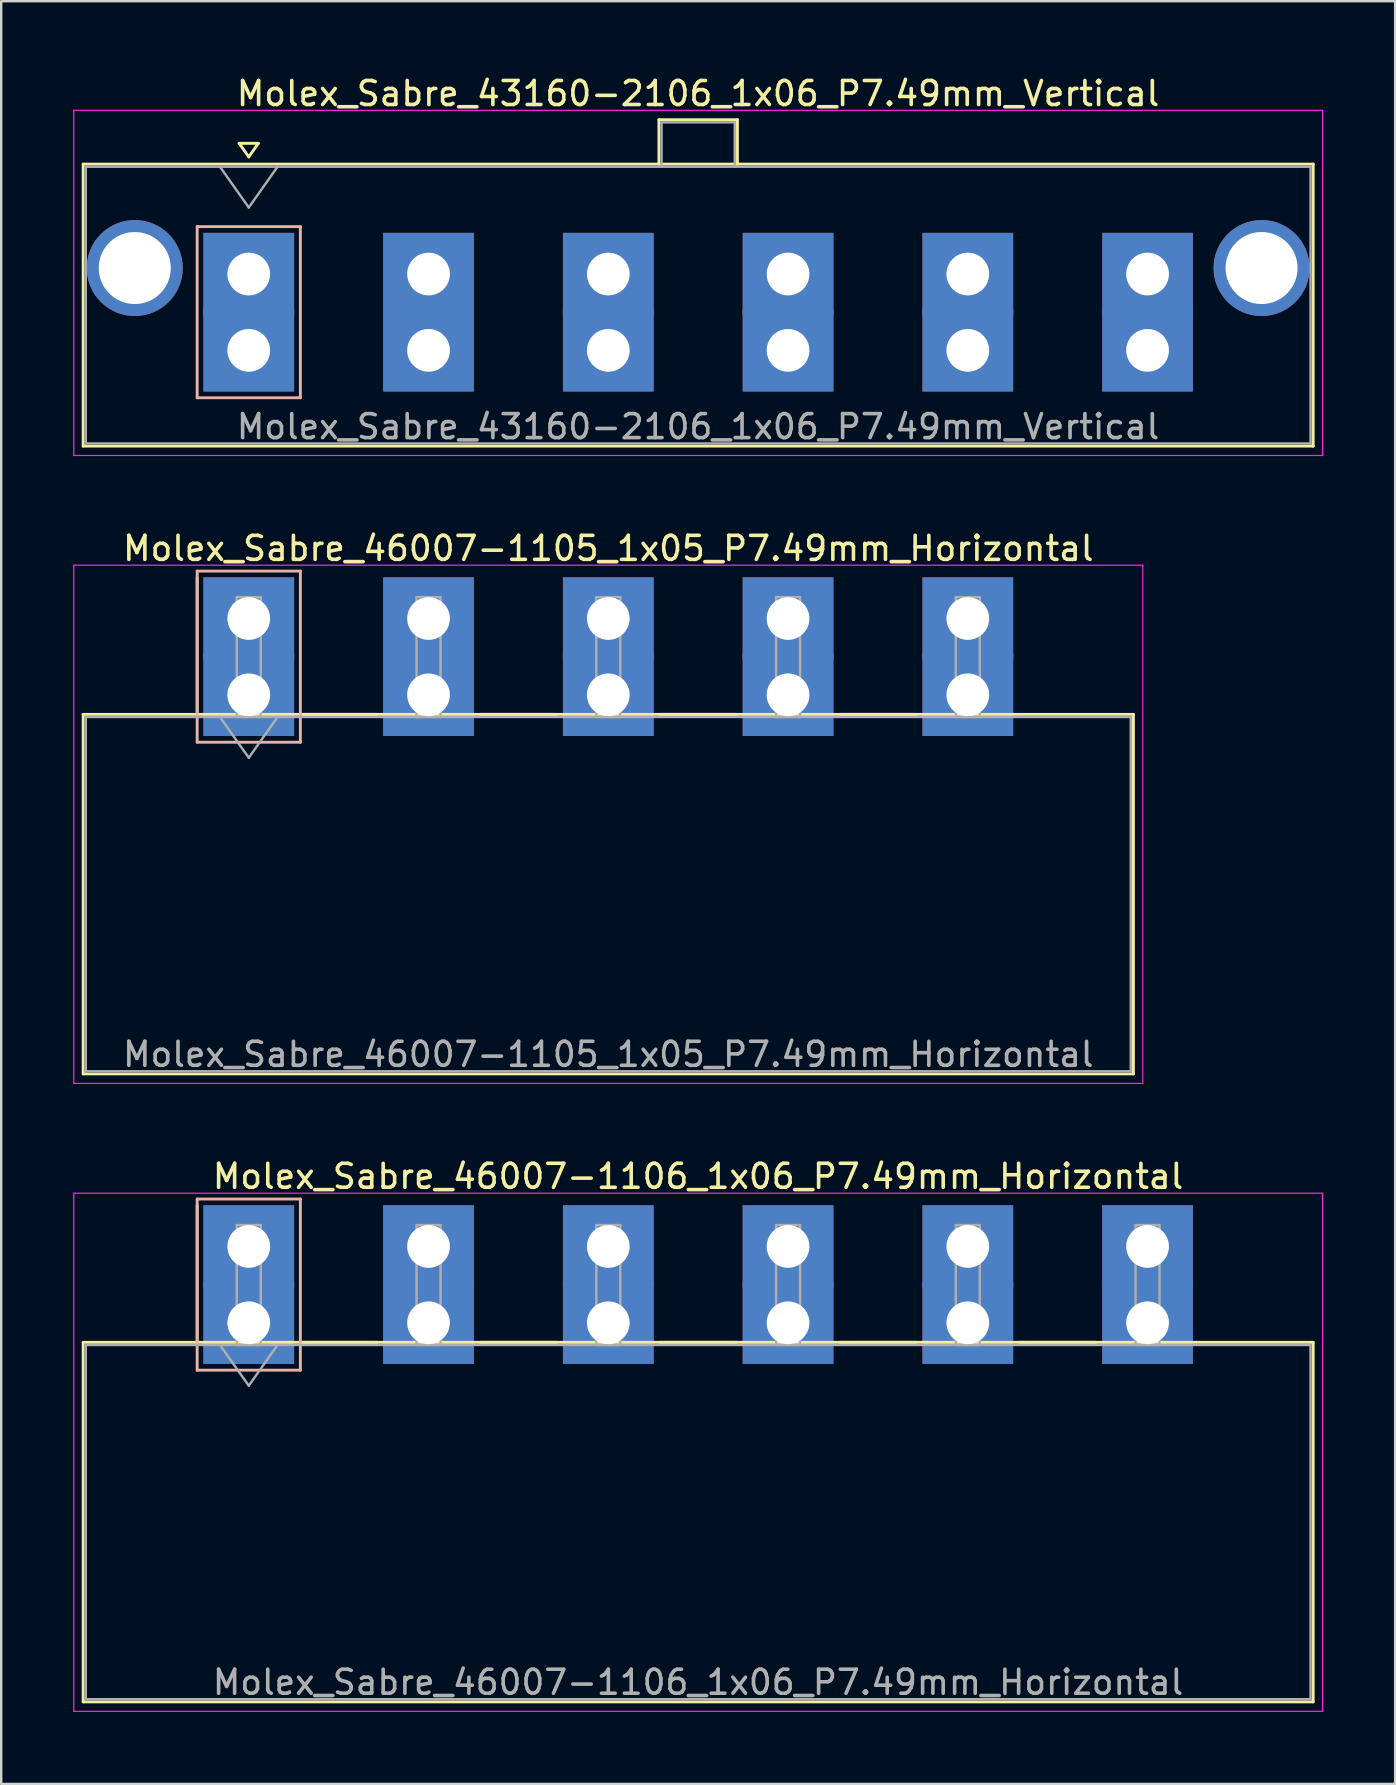
<source format=kicad_pcb>
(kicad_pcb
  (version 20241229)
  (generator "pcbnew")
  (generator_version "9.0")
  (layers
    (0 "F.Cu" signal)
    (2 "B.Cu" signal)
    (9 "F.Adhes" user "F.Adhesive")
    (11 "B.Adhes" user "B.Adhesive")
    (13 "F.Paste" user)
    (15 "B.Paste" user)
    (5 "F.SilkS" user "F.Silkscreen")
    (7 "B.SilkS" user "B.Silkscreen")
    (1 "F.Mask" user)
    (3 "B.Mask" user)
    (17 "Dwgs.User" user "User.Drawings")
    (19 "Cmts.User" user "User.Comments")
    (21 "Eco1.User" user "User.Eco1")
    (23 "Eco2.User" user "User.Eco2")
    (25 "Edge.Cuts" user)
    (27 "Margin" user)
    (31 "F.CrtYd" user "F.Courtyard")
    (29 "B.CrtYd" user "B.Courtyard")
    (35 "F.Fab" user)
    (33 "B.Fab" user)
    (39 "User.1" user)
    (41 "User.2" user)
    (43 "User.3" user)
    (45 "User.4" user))
  (footprint "Molex_Sabre_43160-2106_1x06_P7.49mm_Vertical"
    (layer "F.Cu")
    (at 7.315 11.548)
    (property "Reference" "Molex_Sabre_43160-2106_1x06_P7.49mm_Vertical" (at 18.72 -10.7 0) (layer "F.SilkS") (effects (font (size 1 1) (thickness 0.15))))
    (attr through_hole)
    (fp_line (start -6.9 -7.76) (end -6.9 3.99) (stroke (width 0.12) (type solid)) (layer "F.SilkS"))
    (fp_line (start -6.9 3.99) (end 44.35 3.99) (stroke (width 0.12) (type solid)) (layer "F.SilkS"))
    (fp_line (start -0.4 -8.626) (end 0 -8.06) (stroke (width 0.12) (type solid)) (layer "F.SilkS"))
    (fp_line (start 0 -8.06) (end 0.4 -8.626) (stroke (width 0.12) (type solid)) (layer "F.SilkS"))
    (fp_line (start 0.4 -8.626) (end -0.4 -8.626) (stroke (width 0.12) (type solid)) (layer "F.SilkS"))
    (fp_line (start 17.09 -9.61) (end 20.36 -9.61) (stroke (width 0.12) (type solid)) (layer "F.SilkS"))
    (fp_line (start 17.09 -7.76) (end 17.09 -9.61) (stroke (width 0.12) (type solid)) (layer "F.SilkS"))
    (fp_line (start 20.36 -9.61) (end 20.36 -7.76) (stroke (width 0.12) (type solid)) (layer "F.SilkS"))
    (fp_line (start 44.35 -7.76) (end -6.9 -7.76) (stroke (width 0.12) (type solid)) (layer "F.SilkS"))
    (fp_line (start 44.35 3.99) (end 44.35 -7.76) (stroke (width 0.12) (type solid)) (layer "F.SilkS"))
    (fp_line (start -2.15 -5.155) (end -2.15 1.975) (stroke (width 0.12) (type solid)) (layer "B.SilkS"))
    (fp_line (start -2.15 1.975) (end 2.15 1.975) (stroke (width 0.12) (type solid)) (layer "B.SilkS"))
    (fp_line (start 2.15 -5.155) (end -2.15 -5.155) (stroke (width 0.12) (type solid)) (layer "B.SilkS"))
    (fp_line (start 2.15 1.975) (end 2.15 -5.155) (stroke (width 0.12) (type solid)) (layer "B.SilkS"))
    (fp_line (start -7.29 -10) (end -7.29 4.38) (stroke (width 0.05) (type solid)) (layer "F.CrtYd"))
    (fp_line (start -7.29 4.38) (end 44.74 4.38) (stroke (width 0.05) (type solid)) (layer "F.CrtYd"))
    (fp_line (start 44.74 -10) (end -7.29 -10) (stroke (width 0.05) (type solid)) (layer "F.CrtYd"))
    (fp_line (start 44.74 4.38) (end 44.74 -10) (stroke (width 0.05) (type solid)) (layer "F.CrtYd"))
    (fp_line (start -6.79 -7.65) (end -6.79 3.88) (stroke (width 0.1) (type solid)) (layer "F.Fab"))
    (fp_line (start -6.79 3.88) (end 44.24 3.88) (stroke (width 0.1) (type solid)) (layer "F.Fab"))
    (fp_line (start -1.2 -7.65) (end 0 -5.953) (stroke (width 0.1) (type solid)) (layer "F.Fab"))
    (fp_line (start 0 -5.953) (end 1.2 -7.65) (stroke (width 0.1) (type solid)) (layer "F.Fab"))
    (fp_line (start 17.2 -9.5) (end 20.25 -9.5) (stroke (width 0.1) (type solid)) (layer "F.Fab"))
    (fp_line (start 17.2 -7.65) (end 17.2 -9.5) (stroke (width 0.1) (type solid)) (layer "F.Fab"))
    (fp_line (start 20.25 -9.5) (end 20.25 -7.65) (stroke (width 0.1) (type solid)) (layer "F.Fab"))
    (fp_line (start 44.24 -7.65) (end -6.79 -7.65) (stroke (width 0.1) (type solid)) (layer "F.Fab"))
    (fp_line (start 44.24 3.88) (end 44.24 -7.65) (stroke (width 0.1) (type solid)) (layer "F.Fab"))
    (fp_text user "${REFERENCE}" (at 18.72 3.18 0) (layer "F.Fab") (effects (font (size 1 1) (thickness 0.15))))
    (pad "" thru_hole circle (at -4.75 -3.43) (size 4 4) (drill 3) (layers "*.Cu" "*.Mask"))
    (pad "" thru_hole circle (at 42.2 -3.43) (size 4 4) (drill 3) (layers "*.Cu" "*.Mask"))
    (pad "1" thru_hole rect (at 0 -3.18) (size 3.78 3.43) (drill 1.78) (layers "*.Cu" "*.Mask"))
    (pad "1" thru_hole rect (at 0 0) (size 3.78 3.43) (drill 1.78) (layers "*.Cu" "*.Mask"))
    (pad "2" thru_hole rect (at 7.49 -3.18) (size 3.78 3.43) (drill 1.78) (layers "*.Cu" "*.Mask"))
    (pad "2" thru_hole rect (at 7.49 0) (size 3.78 3.43) (drill 1.78) (layers "*.Cu" "*.Mask"))
    (pad "3" thru_hole rect (at 14.98 -3.18) (size 3.78 3.43) (drill 1.78) (layers "*.Cu" "*.Mask"))
    (pad "3" thru_hole rect (at 14.98 0) (size 3.78 3.43) (drill 1.78) (layers "*.Cu" "*.Mask"))
    (pad "4" thru_hole rect (at 22.47 -3.18) (size 3.78 3.43) (drill 1.78) (layers "*.Cu" "*.Mask"))
    (pad "4" thru_hole rect (at 22.47 0) (size 3.78 3.43) (drill 1.78) (layers "*.Cu" "*.Mask"))
    (pad "5" thru_hole rect (at 29.96 -3.18) (size 3.78 3.43) (drill 1.78) (layers "*.Cu" "*.Mask"))
    (pad "5" thru_hole rect (at 29.96 0) (size 3.78 3.43) (drill 1.78) (layers "*.Cu" "*.Mask"))
    (pad "6" thru_hole rect (at 37.45 -3.18) (size 3.78 3.43) (drill 1.78) (layers "*.Cu" "*.Mask"))
    (pad "6" thru_hole rect (at 37.45 0) (size 3.78 3.43) (drill 1.78) (layers "*.Cu" "*.Mask")))
  (footprint "Molex_Sabre_46007-1105_1x05_P7.49mm_Horizontal"
    (layer "F.Cu")
    (at 7.315 25.901)
    (property "Reference" "Molex_Sabre_46007-1105_1x05_P7.49mm_Horizontal" (at 14.98 -6.1 0) (layer "F.SilkS") (effects (font (size 1 1) (thickness 0.15))))
    (attr through_hole)
    (fp_line (start -6.9 0.815) (end -6.9 15.795) (stroke (width 0.12) (type solid)) (layer "F.SilkS"))
    (fp_line (start -6.9 15.795) (end 36.86 15.795) (stroke (width 0.12) (type solid)) (layer "F.SilkS"))
    (fp_line (start -2.15 0.815) (end -2.15 -4.895) (stroke (width 0.12) (type solid)) (layer "F.SilkS"))
    (fp_line (start 2.15 0.815) (end 5.34 0.815) (stroke (width 0.12) (type solid)) (layer "F.SilkS"))
    (fp_line (start 9.64 0.815) (end 12.83 0.815) (stroke (width 0.12) (type solid)) (layer "F.SilkS"))
    (fp_line (start 17.13 0.815) (end 20.32 0.815) (stroke (width 0.12) (type solid)) (layer "F.SilkS"))
    (fp_line (start 24.62 0.815) (end 27.81 0.815) (stroke (width 0.12) (type solid)) (layer "F.SilkS"))
    (fp_line (start 36.86 0.815) (end -6.9 0.815) (stroke (width 0.12) (type solid)) (layer "F.SilkS"))
    (fp_line (start 36.86 15.795) (end 36.86 0.815) (stroke (width 0.12) (type solid)) (layer "F.SilkS"))
    (fp_line (start -2.15 -5.155) (end -2.15 1.975) (stroke (width 0.12) (type solid)) (layer "B.SilkS"))
    (fp_line (start -2.15 1.975) (end 2.15 1.975) (stroke (width 0.12) (type solid)) (layer "B.SilkS"))
    (fp_line (start 2.15 -5.155) (end -2.15 -5.155) (stroke (width 0.12) (type solid)) (layer "B.SilkS"))
    (fp_line (start 2.15 1.975) (end 2.15 -5.155) (stroke (width 0.12) (type solid)) (layer "B.SilkS"))
    (fp_line (start -7.29 -5.4) (end -7.29 16.19) (stroke (width 0.05) (type solid)) (layer "F.CrtYd"))
    (fp_line (start -7.29 16.19) (end 37.25 16.19) (stroke (width 0.05) (type solid)) (layer "F.CrtYd"))
    (fp_line (start 37.25 -5.4) (end -7.29 -5.4) (stroke (width 0.05) (type solid)) (layer "F.CrtYd"))
    (fp_line (start 37.25 16.19) (end 37.25 -5.4) (stroke (width 0.05) (type solid)) (layer "F.CrtYd"))
    (fp_line (start -6.79 0.925) (end -6.79 15.685) (stroke (width 0.1) (type solid)) (layer "F.Fab"))
    (fp_line (start -6.79 15.685) (end 36.75 15.685) (stroke (width 0.1) (type solid)) (layer "F.Fab"))
    (fp_line (start -1.2 0.925) (end 0 2.622) (stroke (width 0.1) (type solid)) (layer "F.Fab"))
    (fp_line (start -0.5 -4.07) (end 0.5 -4.07) (stroke (width 0.1) (type solid)) (layer "F.Fab"))
    (fp_line (start -0.5 0.925) (end -0.5 -4.07) (stroke (width 0.1) (type solid)) (layer "F.Fab"))
    (fp_line (start 0 2.622) (end 1.2 0.925) (stroke (width 0.1) (type solid)) (layer "F.Fab"))
    (fp_line (start 0.5 -4.07) (end 0.5 0.925) (stroke (width 0.1) (type solid)) (layer "F.Fab"))
    (fp_line (start 0.5 0.925) (end -0.5 0.925) (stroke (width 0.1) (type solid)) (layer "F.Fab"))
    (fp_line (start 6.99 -4.07) (end 7.99 -4.07) (stroke (width 0.1) (type solid)) (layer "F.Fab"))
    (fp_line (start 6.99 0.925) (end 6.99 -4.07) (stroke (width 0.1) (type solid)) (layer "F.Fab"))
    (fp_line (start 7.99 -4.07) (end 7.99 0.925) (stroke (width 0.1) (type solid)) (layer "F.Fab"))
    (fp_line (start 7.99 0.925) (end 6.99 0.925) (stroke (width 0.1) (type solid)) (layer "F.Fab"))
    (fp_line (start 14.48 -4.07) (end 15.48 -4.07) (stroke (width 0.1) (type solid)) (layer "F.Fab"))
    (fp_line (start 14.48 0.925) (end 14.48 -4.07) (stroke (width 0.1) (type solid)) (layer "F.Fab"))
    (fp_line (start 15.48 -4.07) (end 15.48 0.925) (stroke (width 0.1) (type solid)) (layer "F.Fab"))
    (fp_line (start 15.48 0.925) (end 14.48 0.925) (stroke (width 0.1) (type solid)) (layer "F.Fab"))
    (fp_line (start 21.97 -4.07) (end 22.97 -4.07) (stroke (width 0.1) (type solid)) (layer "F.Fab"))
    (fp_line (start 21.97 0.925) (end 21.97 -4.07) (stroke (width 0.1) (type solid)) (layer "F.Fab"))
    (fp_line (start 22.97 -4.07) (end 22.97 0.925) (stroke (width 0.1) (type solid)) (layer "F.Fab"))
    (fp_line (start 22.97 0.925) (end 21.97 0.925) (stroke (width 0.1) (type solid)) (layer "F.Fab"))
    (fp_line (start 29.46 -4.07) (end 30.46 -4.07) (stroke (width 0.1) (type solid)) (layer "F.Fab"))
    (fp_line (start 29.46 0.925) (end 29.46 -4.07) (stroke (width 0.1) (type solid)) (layer "F.Fab"))
    (fp_line (start 30.46 -4.07) (end 30.46 0.925) (stroke (width 0.1) (type solid)) (layer "F.Fab"))
    (fp_line (start 30.46 0.925) (end 29.46 0.925) (stroke (width 0.1) (type solid)) (layer "F.Fab"))
    (fp_line (start 36.75 0.925) (end -6.79 0.925) (stroke (width 0.1) (type solid)) (layer "F.Fab"))
    (fp_line (start 36.75 15.685) (end 36.75 0.925) (stroke (width 0.1) (type solid)) (layer "F.Fab"))
    (fp_text user "${REFERENCE}" (at 14.98 14.98 0) (layer "F.Fab") (effects (font (size 1 1) (thickness 0.15))))
    (pad "1" thru_hole rect (at 0 -3.18) (size 3.78 3.43) (drill 1.78) (layers "*.Cu" "*.Mask"))
    (pad "1" thru_hole rect (at 0 0) (size 3.78 3.43) (drill 1.78) (layers "*.Cu" "*.Mask"))
    (pad "2" thru_hole rect (at 7.49 -3.18) (size 3.78 3.43) (drill 1.78) (layers "*.Cu" "*.Mask"))
    (pad "2" thru_hole rect (at 7.49 0) (size 3.78 3.43) (drill 1.78) (layers "*.Cu" "*.Mask"))
    (pad "3" thru_hole rect (at 14.98 -3.18) (size 3.78 3.43) (drill 1.78) (layers "*.Cu" "*.Mask"))
    (pad "3" thru_hole rect (at 14.98 0) (size 3.78 3.43) (drill 1.78) (layers "*.Cu" "*.Mask"))
    (pad "4" thru_hole rect (at 22.47 -3.18) (size 3.78 3.43) (drill 1.78) (layers "*.Cu" "*.Mask"))
    (pad "4" thru_hole rect (at 22.47 0) (size 3.78 3.43) (drill 1.78) (layers "*.Cu" "*.Mask"))
    (pad "5" thru_hole rect (at 29.96 -3.18) (size 3.78 3.43) (drill 1.78) (layers "*.Cu" "*.Mask"))
    (pad "5" thru_hole rect (at 29.96 0) (size 3.78 3.43) (drill 1.78) (layers "*.Cu" "*.Mask")))
  (footprint "Molex_Sabre_46007-1106_1x06_P7.49mm_Horizontal"
    (layer "F.Cu")
    (at 7.315 52.065)
    (property "Reference" "Molex_Sabre_46007-1106_1x06_P7.49mm_Horizontal" (at 18.72 -6.1 0) (layer "F.SilkS") (effects (font (size 1 1) (thickness 0.15))))
    (attr through_hole)
    (fp_line (start -6.9 0.815) (end -6.9 15.795) (stroke (width 0.12) (type solid)) (layer "F.SilkS"))
    (fp_line (start -6.9 15.795) (end 44.35 15.795) (stroke (width 0.12) (type solid)) (layer "F.SilkS"))
    (fp_line (start -2.15 0.815) (end -2.15 -4.895) (stroke (width 0.12) (type solid)) (layer "F.SilkS"))
    (fp_line (start 2.15 0.815) (end 5.34 0.815) (stroke (width 0.12) (type solid)) (layer "F.SilkS"))
    (fp_line (start 9.64 0.815) (end 12.83 0.815) (stroke (width 0.12) (type solid)) (layer "F.SilkS"))
    (fp_line (start 17.13 0.815) (end 20.32 0.815) (stroke (width 0.12) (type solid)) (layer "F.SilkS"))
    (fp_line (start 24.62 0.815) (end 27.81 0.815) (stroke (width 0.12) (type solid)) (layer "F.SilkS"))
    (fp_line (start 32.11 0.815) (end 35.3 0.815) (stroke (width 0.12) (type solid)) (layer "F.SilkS"))
    (fp_line (start 44.35 0.815) (end -6.9 0.815) (stroke (width 0.12) (type solid)) (layer "F.SilkS"))
    (fp_line (start 44.35 15.795) (end 44.35 0.815) (stroke (width 0.12) (type solid)) (layer "F.SilkS"))
    (fp_line (start -2.15 -5.155) (end -2.15 1.975) (stroke (width 0.12) (type solid)) (layer "B.SilkS"))
    (fp_line (start -2.15 1.975) (end 2.15 1.975) (stroke (width 0.12) (type solid)) (layer "B.SilkS"))
    (fp_line (start 2.15 -5.155) (end -2.15 -5.155) (stroke (width 0.12) (type solid)) (layer "B.SilkS"))
    (fp_line (start 2.15 1.975) (end 2.15 -5.155) (stroke (width 0.12) (type solid)) (layer "B.SilkS"))
    (fp_line (start -7.29 -5.4) (end -7.29 16.19) (stroke (width 0.05) (type solid)) (layer "F.CrtYd"))
    (fp_line (start -7.29 16.19) (end 44.74 16.19) (stroke (width 0.05) (type solid)) (layer "F.CrtYd"))
    (fp_line (start 44.74 -5.4) (end -7.29 -5.4) (stroke (width 0.05) (type solid)) (layer "F.CrtYd"))
    (fp_line (start 44.74 16.19) (end 44.74 -5.4) (stroke (width 0.05) (type solid)) (layer "F.CrtYd"))
    (fp_line (start -6.79 0.925) (end -6.79 15.685) (stroke (width 0.1) (type solid)) (layer "F.Fab"))
    (fp_line (start -6.79 15.685) (end 44.24 15.685) (stroke (width 0.1) (type solid)) (layer "F.Fab"))
    (fp_line (start -1.2 0.925) (end 0 2.622) (stroke (width 0.1) (type solid)) (layer "F.Fab"))
    (fp_line (start -0.5 -4.07) (end 0.5 -4.07) (stroke (width 0.1) (type solid)) (layer "F.Fab"))
    (fp_line (start -0.5 0.925) (end -0.5 -4.07) (stroke (width 0.1) (type solid)) (layer "F.Fab"))
    (fp_line (start 0 2.622) (end 1.2 0.925) (stroke (width 0.1) (type solid)) (layer "F.Fab"))
    (fp_line (start 0.5 -4.07) (end 0.5 0.925) (stroke (width 0.1) (type solid)) (layer "F.Fab"))
    (fp_line (start 0.5 0.925) (end -0.5 0.925) (stroke (width 0.1) (type solid)) (layer "F.Fab"))
    (fp_line (start 6.99 -4.07) (end 7.99 -4.07) (stroke (width 0.1) (type solid)) (layer "F.Fab"))
    (fp_line (start 6.99 0.925) (end 6.99 -4.07) (stroke (width 0.1) (type solid)) (layer "F.Fab"))
    (fp_line (start 7.99 -4.07) (end 7.99 0.925) (stroke (width 0.1) (type solid)) (layer "F.Fab"))
    (fp_line (start 7.99 0.925) (end 6.99 0.925) (stroke (width 0.1) (type solid)) (layer "F.Fab"))
    (fp_line (start 14.48 -4.07) (end 15.48 -4.07) (stroke (width 0.1) (type solid)) (layer "F.Fab"))
    (fp_line (start 14.48 0.925) (end 14.48 -4.07) (stroke (width 0.1) (type solid)) (layer "F.Fab"))
    (fp_line (start 15.48 -4.07) (end 15.48 0.925) (stroke (width 0.1) (type solid)) (layer "F.Fab"))
    (fp_line (start 15.48 0.925) (end 14.48 0.925) (stroke (width 0.1) (type solid)) (layer "F.Fab"))
    (fp_line (start 21.97 -4.07) (end 22.97 -4.07) (stroke (width 0.1) (type solid)) (layer "F.Fab"))
    (fp_line (start 21.97 0.925) (end 21.97 -4.07) (stroke (width 0.1) (type solid)) (layer "F.Fab"))
    (fp_line (start 22.97 -4.07) (end 22.97 0.925) (stroke (width 0.1) (type solid)) (layer "F.Fab"))
    (fp_line (start 22.97 0.925) (end 21.97 0.925) (stroke (width 0.1) (type solid)) (layer "F.Fab"))
    (fp_line (start 29.46 -4.07) (end 30.46 -4.07) (stroke (width 0.1) (type solid)) (layer "F.Fab"))
    (fp_line (start 29.46 0.925) (end 29.46 -4.07) (stroke (width 0.1) (type solid)) (layer "F.Fab"))
    (fp_line (start 30.46 -4.07) (end 30.46 0.925) (stroke (width 0.1) (type solid)) (layer "F.Fab"))
    (fp_line (start 30.46 0.925) (end 29.46 0.925) (stroke (width 0.1) (type solid)) (layer "F.Fab"))
    (fp_line (start 36.95 -4.07) (end 37.95 -4.07) (stroke (width 0.1) (type solid)) (layer "F.Fab"))
    (fp_line (start 36.95 0.925) (end 36.95 -4.07) (stroke (width 0.1) (type solid)) (layer "F.Fab"))
    (fp_line (start 37.95 -4.07) (end 37.95 0.925) (stroke (width 0.1) (type solid)) (layer "F.Fab"))
    (fp_line (start 37.95 0.925) (end 36.95 0.925) (stroke (width 0.1) (type solid)) (layer "F.Fab"))
    (fp_line (start 44.24 0.925) (end -6.79 0.925) (stroke (width 0.1) (type solid)) (layer "F.Fab"))
    (fp_line (start 44.24 15.685) (end 44.24 0.925) (stroke (width 0.1) (type solid)) (layer "F.Fab"))
    (fp_text user "${REFERENCE}" (at 18.72 14.98 0) (layer "F.Fab") (effects (font (size 1 1) (thickness 0.15))))
    (pad "1" thru_hole rect (at 0 -3.18) (size 3.78 3.43) (drill 1.78) (layers "*.Cu" "*.Mask"))
    (pad "1" thru_hole rect (at 0 0) (size 3.78 3.43) (drill 1.78) (layers "*.Cu" "*.Mask"))
    (pad "2" thru_hole rect (at 7.49 -3.18) (size 3.78 3.43) (drill 1.78) (layers "*.Cu" "*.Mask"))
    (pad "2" thru_hole rect (at 7.49 0) (size 3.78 3.43) (drill 1.78) (layers "*.Cu" "*.Mask"))
    (pad "3" thru_hole rect (at 14.98 -3.18) (size 3.78 3.43) (drill 1.78) (layers "*.Cu" "*.Mask"))
    (pad "3" thru_hole rect (at 14.98 0) (size 3.78 3.43) (drill 1.78) (layers "*.Cu" "*.Mask"))
    (pad "4" thru_hole rect (at 22.47 -3.18) (size 3.78 3.43) (drill 1.78) (layers "*.Cu" "*.Mask"))
    (pad "4" thru_hole rect (at 22.47 0) (size 3.78 3.43) (drill 1.78) (layers "*.Cu" "*.Mask"))
    (pad "5" thru_hole rect (at 29.96 -3.18) (size 3.78 3.43) (drill 1.78) (layers "*.Cu" "*.Mask"))
    (pad "5" thru_hole rect (at 29.96 0) (size 3.78 3.43) (drill 1.78) (layers "*.Cu" "*.Mask"))
    (pad "6" thru_hole rect (at 37.45 -3.18) (size 3.78 3.43) (drill 1.78) (layers "*.Cu" "*.Mask"))
    (pad "6" thru_hole rect (at 37.45 0) (size 3.78 3.43) (drill 1.78) (layers "*.Cu" "*.Mask")))
  (gr_rect
    (start -3 -3)
    (end 55.08 71.28)
    (stroke (width 0.1) (type default))
    (fill no)
    (layer "Edge.Cuts")))
</source>
